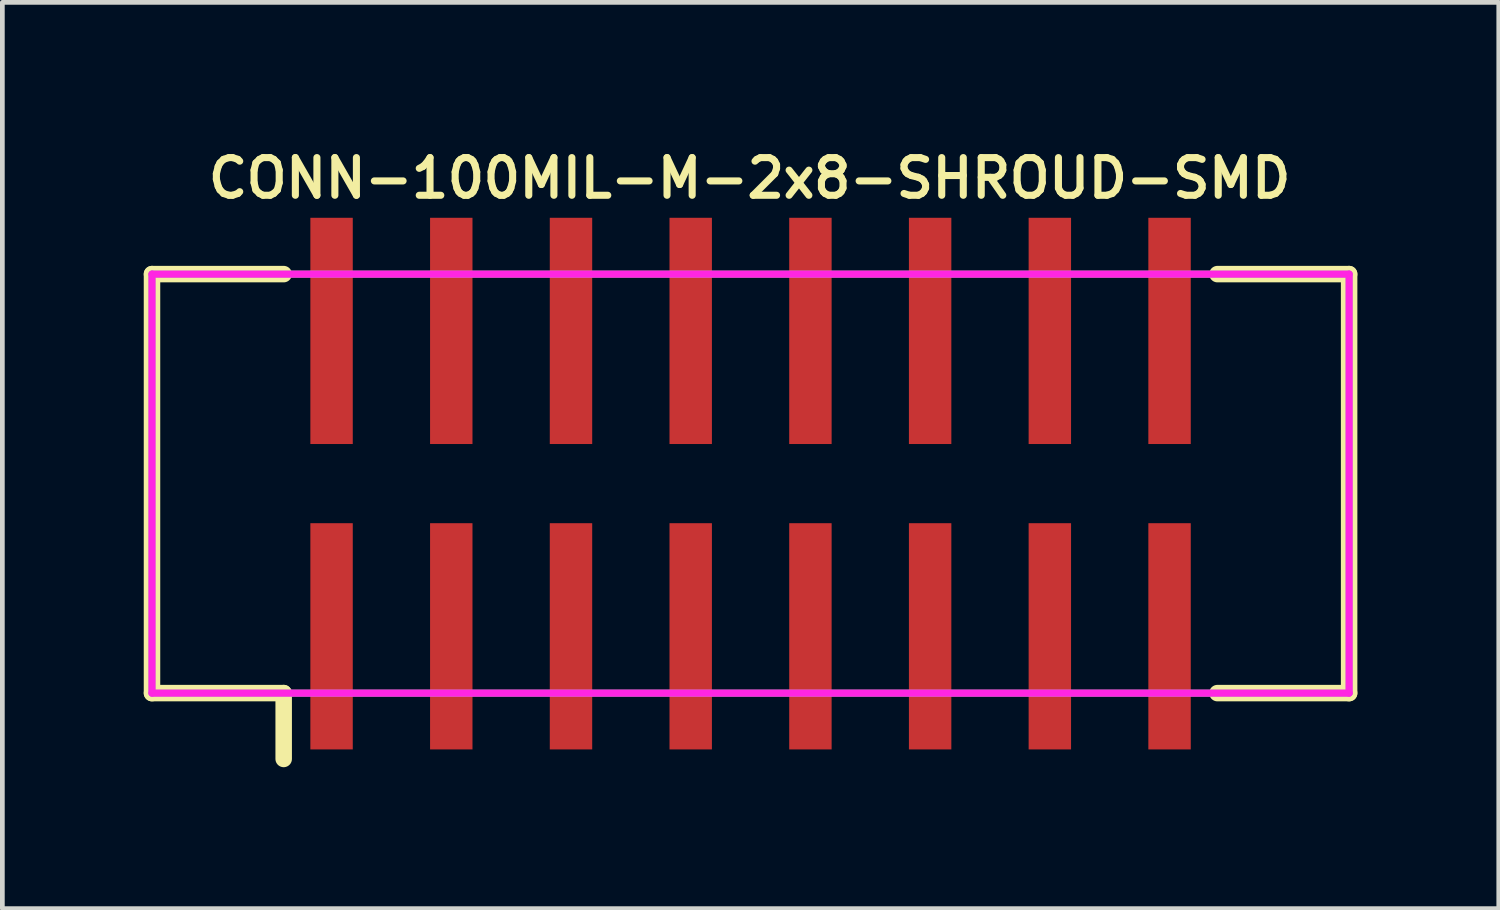
<source format=kicad_pcb>
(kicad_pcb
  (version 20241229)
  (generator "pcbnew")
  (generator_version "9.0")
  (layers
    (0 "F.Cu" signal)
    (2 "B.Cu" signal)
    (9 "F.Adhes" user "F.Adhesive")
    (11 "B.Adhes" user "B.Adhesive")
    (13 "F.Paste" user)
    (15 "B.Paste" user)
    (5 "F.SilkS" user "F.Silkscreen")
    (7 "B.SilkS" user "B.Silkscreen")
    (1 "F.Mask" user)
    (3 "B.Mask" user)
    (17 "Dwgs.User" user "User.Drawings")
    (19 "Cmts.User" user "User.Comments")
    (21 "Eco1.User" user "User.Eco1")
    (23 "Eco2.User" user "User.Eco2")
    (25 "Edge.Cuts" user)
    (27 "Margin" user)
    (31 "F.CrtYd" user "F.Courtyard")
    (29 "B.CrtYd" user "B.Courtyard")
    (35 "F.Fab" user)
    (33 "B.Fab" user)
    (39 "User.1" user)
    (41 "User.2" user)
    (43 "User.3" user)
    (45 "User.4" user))
  (footprint "CONN-100MIL-M-2x8-SHROUD-SMD"
    (layer "F.Cu")
    (at 12.875 7.211)
    (property "Reference" "CONN-100MIL-M-2x8-SHROUD-SMD" (at -0.02 -6.48 0) (layer "F.SilkS") (effects (font (size 0.8 0.8) (thickness 0.15))))
    (attr smd)
    (fp_line (start -12.7 -4.445) (end -9.906 -4.445) (stroke (width 0.35) (type solid)) (layer "F.SilkS"))
    (fp_line (start -12.7 4.445) (end -12.7 -4.445) (stroke (width 0.35) (type solid)) (layer "F.SilkS"))
    (fp_line (start -9.906 4.445) (end -12.7 4.445) (stroke (width 0.35) (type solid)) (layer "F.SilkS"))
    (fp_line (start -9.906 4.445) (end -9.906 5.842) (stroke (width 0.35) (type solid)) (layer "F.SilkS"))
    (fp_line (start 9.906 -4.445) (end 12.7 -4.445) (stroke (width 0.35) (type solid)) (layer "F.SilkS"))
    (fp_line (start 12.7 -4.445) (end 12.7 4.445) (stroke (width 0.35) (type solid)) (layer "F.SilkS"))
    (fp_line (start 12.7 4.445) (end 9.906 4.445) (stroke (width 0.35) (type solid)) (layer "F.SilkS"))
    (fp_line (start -12.7 -4.445) (end 12.7 -4.445) (stroke (width 0.15) (type solid)) (layer "F.CrtYd"))
    (fp_line (start -12.7 4.445) (end -12.7 -4.445) (stroke (width 0.15) (type solid)) (layer "F.CrtYd"))
    (fp_line (start 12.7 -4.445) (end 12.7 4.445) (stroke (width 0.15) (type solid)) (layer "F.CrtYd"))
    (fp_line (start 12.7 4.445) (end -12.7 4.445) (stroke (width 0.15) (type solid)) (layer "F.CrtYd"))
    (fp_line (start -12.7 -4.445) (end 12.7 -4.445) (stroke (width 0.15) (type solid)) (layer "F.Fab"))
    (fp_line (start -12.7 4.445) (end -12.7 -4.445) (stroke (width 0.15) (type solid)) (layer "F.Fab"))
    (fp_line (start 12.7 -4.445) (end 12.7 4.445) (stroke (width 0.15) (type solid)) (layer "F.Fab"))
    (fp_line (start 12.7 4.445) (end -12.7 4.445) (stroke (width 0.15) (type solid)) (layer "F.Fab"))
    (pad "1" smd rect (at -8.89 1.27) (size 0.9 4.8) (drill (offset 0 1.97)) (layers "F.Cu" "F.Mask" "F.Paste"))
    (pad "2" smd rect (at -8.89 -1.27) (size 0.9 4.8) (drill (offset 0 -1.97)) (layers "F.Cu" "F.Mask" "F.Paste"))
    (pad "3" smd rect (at -6.35 1.27) (size 0.9 4.8) (drill (offset 0 1.97)) (layers "F.Cu" "F.Mask" "F.Paste"))
    (pad "4" smd rect (at -6.35 -1.27) (size 0.9 4.8) (drill (offset 0 -1.97)) (layers "F.Cu" "F.Mask" "F.Paste"))
    (pad "5" smd rect (at -3.81 1.27) (size 0.9 4.8) (drill (offset 0 1.97)) (layers "F.Cu" "F.Mask" "F.Paste"))
    (pad "6" smd rect (at -3.81 -1.27) (size 0.9 4.8) (drill (offset 0 -1.97)) (layers "F.Cu" "F.Mask" "F.Paste"))
    (pad "7" smd rect (at -1.27 1.27) (size 0.9 4.8) (drill (offset 0 1.97)) (layers "F.Cu" "F.Mask" "F.Paste"))
    (pad "8" smd rect (at -1.27 -1.27) (size 0.9 4.8) (drill (offset 0 -1.97)) (layers "F.Cu" "F.Mask" "F.Paste"))
    (pad "9" smd rect (at 1.27 1.27) (size 0.9 4.8) (drill (offset 0 1.97)) (layers "F.Cu" "F.Mask" "F.Paste"))
    (pad "10" smd rect (at 1.27 -1.27) (size 0.9 4.8) (drill (offset 0 -1.97)) (layers "F.Cu" "F.Mask" "F.Paste"))
    (pad "11" smd rect (at 3.81 1.27) (size 0.9 4.8) (drill (offset 0 1.97)) (layers "F.Cu" "F.Mask" "F.Paste"))
    (pad "12" smd rect (at 3.81 -1.27) (size 0.9 4.8) (drill (offset 0 -1.97)) (layers "F.Cu" "F.Mask" "F.Paste"))
    (pad "13" smd rect (at 6.35 1.27) (size 0.9 4.8) (drill (offset 0 1.97)) (layers "F.Cu" "F.Mask" "F.Paste"))
    (pad "14" smd rect (at 6.35 -1.27) (size 0.9 4.8) (drill (offset 0 -1.97)) (layers "F.Cu" "F.Mask" "F.Paste"))
    (pad "15" smd rect (at 8.89 1.27) (size 0.9 4.8) (drill (offset 0 1.97)) (layers "F.Cu" "F.Mask" "F.Paste"))
    (pad "16" smd rect (at 8.89 -1.27) (size 0.9 4.8) (drill (offset 0 -1.97)) (layers "F.Cu" "F.Mask" "F.Paste")))
  (gr_rect
    (start -3 -3)
    (end 28.75 16.228)
    (stroke (width 0.1) (type default))
    (fill no)
    (layer "Edge.Cuts")))
</source>
